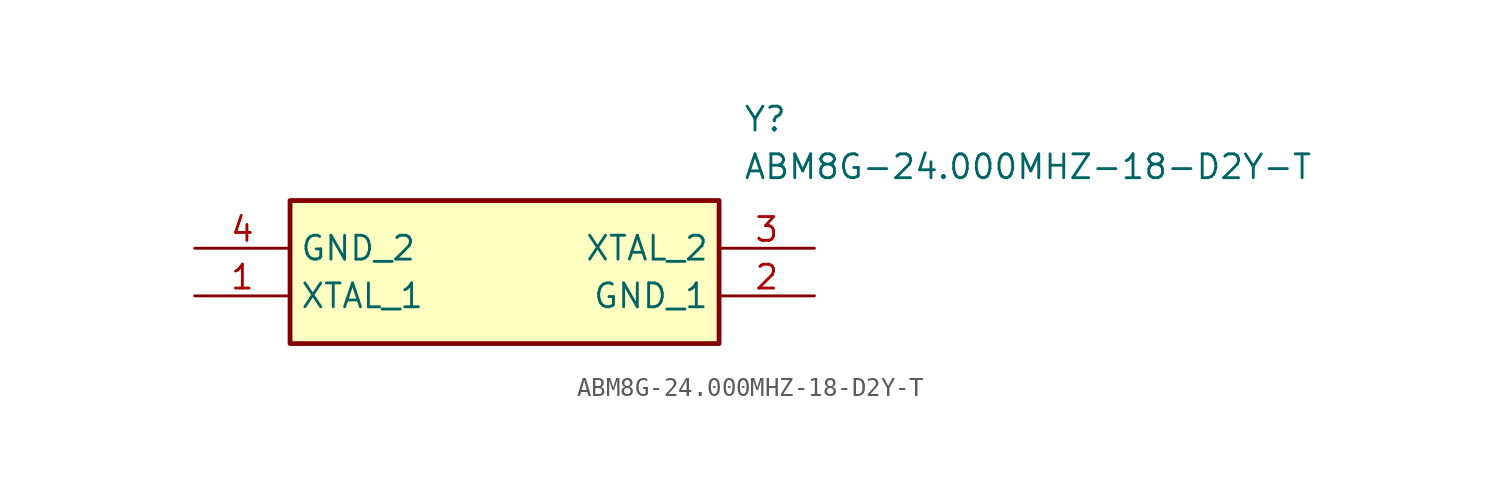
<source format=kicad_sym>
(kicad_symbol_lib
  (version 20211014)
  (generator SamacSys_ECAD_Model)
  (symbol "ABM8G-24.000MHZ-18-D2Y-T"
    (property "Reference" "Y"
      (at 29.21 7.62 0)
      (effects (font (size 1.27 1.27)) (justify left top)))
    (property "Value" "ABM8G-24.000MHZ-18-D2Y-T"
      (at 29.21 5.08 0)
      (effects (font (size 1.27 1.27)) (justify left top)))
    (rectangle
      (start 5.08 2.54)
      (end 27.94 -5.08)
      (stroke (width 0.254) (type default))
      (fill (type background)))
    (pin passive line
      (at 0 -2.54 0)
      (length 5.08)
      (name "XTAL_1" (effects (font (size 1.27 1.27))))
      (number "1" (effects (font (size 1.27 1.27)))))
    (pin passive line
      (at 33.02 -2.54 180)
      (length 5.08)
      (name "GND_1" (effects (font (size 1.27 1.27))))
      (number "2" (effects (font (size 1.27 1.27)))))
    (pin passive line
      (at 33.02 0 180)
      (length 5.08)
      (name "XTAL_2" (effects (font (size 1.27 1.27))))
      (number "3" (effects (font (size 1.27 1.27)))))
    (pin passive line
      (at 0 0 0)
      (length 5.08)
      (name "GND_2" (effects (font (size 1.27 1.27))))
      (number "4" (effects (font (size 1.27 1.27)))))))
</source>
